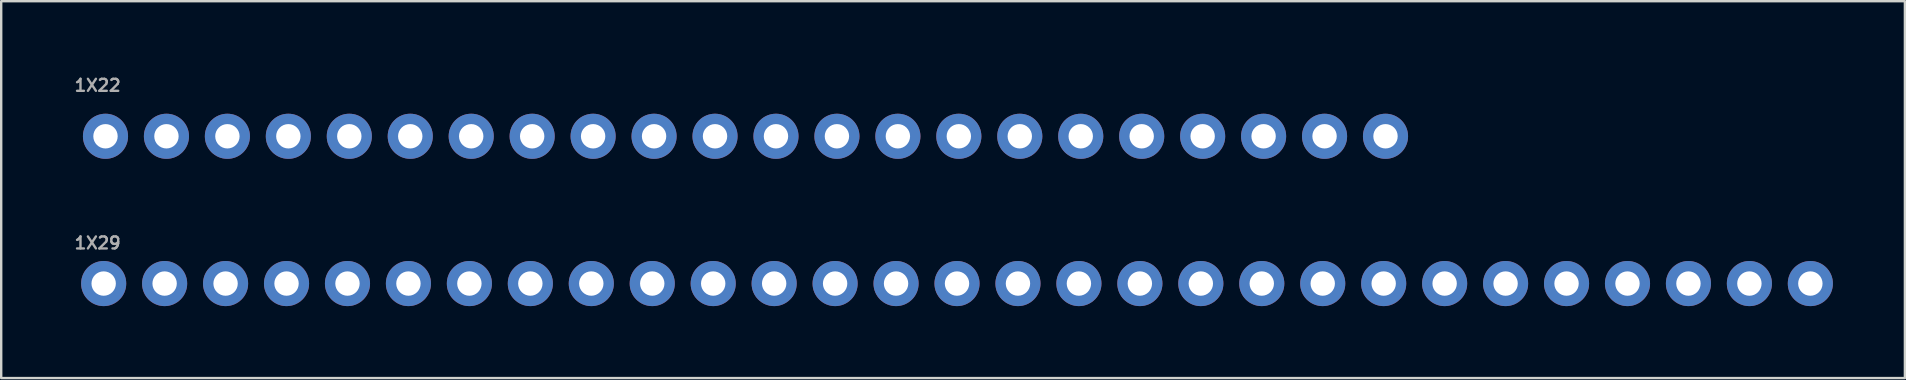
<source format=kicad_pcb>
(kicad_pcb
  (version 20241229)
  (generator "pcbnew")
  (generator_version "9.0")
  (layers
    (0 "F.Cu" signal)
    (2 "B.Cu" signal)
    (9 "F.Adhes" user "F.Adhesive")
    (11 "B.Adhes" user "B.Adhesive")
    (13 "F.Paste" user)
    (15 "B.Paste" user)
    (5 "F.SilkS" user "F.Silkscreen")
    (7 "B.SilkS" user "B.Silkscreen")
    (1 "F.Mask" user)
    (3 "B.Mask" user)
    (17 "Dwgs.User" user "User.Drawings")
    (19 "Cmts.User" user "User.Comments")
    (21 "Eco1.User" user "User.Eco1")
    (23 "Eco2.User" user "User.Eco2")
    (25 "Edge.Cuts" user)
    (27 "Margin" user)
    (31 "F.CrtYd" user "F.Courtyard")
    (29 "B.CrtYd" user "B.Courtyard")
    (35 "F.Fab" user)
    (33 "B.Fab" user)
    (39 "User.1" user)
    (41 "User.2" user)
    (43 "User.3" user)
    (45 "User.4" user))
  (footprint "1X22"
    (layer "F.Cu")
    (at 1.346 2.629)
    (property "Reference" "1X22" (at -1.346 -1.829 0) (layer "F.Fab") (effects (font (size 0.5 0.5) (thickness 0.1)) (justify left bottom)))
    (fp_poly (pts (xy -0.254 0.254) (xy 0.254 0.254) (xy 0.254 -0.254) (xy -0.254 -0.254)) (stroke (width 0.1) (type default)) (fill no) (layer "F.Fab"))
    (fp_poly (pts (xy 2.286 0.254) (xy 2.794 0.254) (xy 2.794 -0.254) (xy 2.286 -0.254)) (stroke (width 0.1) (type default)) (fill no) (layer "F.Fab"))
    (fp_poly (pts (xy 4.826 0.254) (xy 5.334 0.254) (xy 5.334 -0.254) (xy 4.826 -0.254)) (stroke (width 0.1) (type default)) (fill no) (layer "F.Fab"))
    (fp_poly (pts (xy 7.366 0.254) (xy 7.874 0.254) (xy 7.874 -0.254) (xy 7.366 -0.254)) (stroke (width 0.1) (type default)) (fill no) (layer "F.Fab"))
    (fp_poly (pts (xy 9.906 0.254) (xy 10.414 0.254) (xy 10.414 -0.254) (xy 9.906 -0.254)) (stroke (width 0.1) (type default)) (fill no) (layer "F.Fab"))
    (fp_poly (pts (xy 12.446 0.254) (xy 12.954 0.254) (xy 12.954 -0.254) (xy 12.446 -0.254)) (stroke (width 0.1) (type default)) (fill no) (layer "F.Fab"))
    (fp_poly (pts (xy 14.986 0.254) (xy 15.494 0.254) (xy 15.494 -0.254) (xy 14.986 -0.254)) (stroke (width 0.1) (type default)) (fill no) (layer "F.Fab"))
    (fp_poly (pts (xy 17.526 0.254) (xy 18.034 0.254) (xy 18.034 -0.254) (xy 17.526 -0.254)) (stroke (width 0.1) (type default)) (fill no) (layer "F.Fab"))
    (fp_poly (pts (xy 20.066 0.254) (xy 20.574 0.254) (xy 20.574 -0.254) (xy 20.066 -0.254)) (stroke (width 0.1) (type default)) (fill no) (layer "F.Fab"))
    (fp_poly (pts (xy 22.606 0.254) (xy 23.114 0.254) (xy 23.114 -0.254) (xy 22.606 -0.254)) (stroke (width 0.1) (type default)) (fill no) (layer "F.Fab"))
    (fp_poly (pts (xy 25.146 0.254) (xy 25.654 0.254) (xy 25.654 -0.254) (xy 25.146 -0.254)) (stroke (width 0.1) (type default)) (fill no) (layer "F.Fab"))
    (fp_poly (pts (xy 27.686 0.254) (xy 28.194 0.254) (xy 28.194 -0.254) (xy 27.686 -0.254)) (stroke (width 0.1) (type default)) (fill no) (layer "F.Fab"))
    (fp_poly (pts (xy 30.226 0.254) (xy 30.734 0.254) (xy 30.734 -0.254) (xy 30.226 -0.254)) (stroke (width 0.1) (type default)) (fill no) (layer "F.Fab"))
    (fp_poly (pts (xy 32.766 0.254) (xy 33.274 0.254) (xy 33.274 -0.254) (xy 32.766 -0.254)) (stroke (width 0.1) (type default)) (fill no) (layer "F.Fab"))
    (fp_poly (pts (xy 35.306 0.254) (xy 35.814 0.254) (xy 35.814 -0.254) (xy 35.306 -0.254)) (stroke (width 0.1) (type default)) (fill no) (layer "F.Fab"))
    (fp_poly (pts (xy 37.846 0.254) (xy 38.354 0.254) (xy 38.354 -0.254) (xy 37.846 -0.254)) (stroke (width 0.1) (type default)) (fill no) (layer "F.Fab"))
    (fp_poly (pts (xy 40.386 0.254) (xy 40.894 0.254) (xy 40.894 -0.254) (xy 40.386 -0.254)) (stroke (width 0.1) (type default)) (fill no) (layer "F.Fab"))
    (fp_poly (pts (xy 42.926 0.254) (xy 43.434 0.254) (xy 43.434 -0.254) (xy 42.926 -0.254)) (stroke (width 0.1) (type default)) (fill no) (layer "F.Fab"))
    (fp_poly (pts (xy 45.466 0.254) (xy 45.974 0.254) (xy 45.974 -0.254) (xy 45.466 -0.254)) (stroke (width 0.1) (type default)) (fill no) (layer "F.Fab"))
    (fp_poly (pts (xy 48.006 0.254) (xy 48.514 0.254) (xy 48.514 -0.254) (xy 48.006 -0.254)) (stroke (width 0.1) (type default)) (fill no) (layer "F.Fab"))
    (fp_poly (pts (xy 50.546 0.254) (xy 51.054 0.254) (xy 51.054 -0.254) (xy 50.546 -0.254)) (stroke (width 0.1) (type default)) (fill no) (layer "F.Fab"))
    (fp_poly (pts (xy 53.086 0.254) (xy 53.594 0.254) (xy 53.594 -0.254) (xy 53.086 -0.254)) (stroke (width 0.1) (type default)) (fill no) (layer "F.Fab"))
    (pad "1" thru_hole circle (at 0 0 90) (size 1.88 1.88) (drill 1.016) (layers "*.Cu" "*.Mask"))
    (pad "2" thru_hole circle (at 2.54 0 90) (size 1.88 1.88) (drill 1.016) (layers "*.Cu" "*.Mask"))
    (pad "3" thru_hole circle (at 5.08 0 90) (size 1.88 1.88) (drill 1.016) (layers "*.Cu" "*.Mask"))
    (pad "4" thru_hole circle (at 7.62 0 90) (size 1.88 1.88) (drill 1.016) (layers "*.Cu" "*.Mask"))
    (pad "5" thru_hole circle (at 10.16 0 90) (size 1.88 1.88) (drill 1.016) (layers "*.Cu" "*.Mask"))
    (pad "6" thru_hole circle (at 12.7 0 90) (size 1.88 1.88) (drill 1.016) (layers "*.Cu" "*.Mask"))
    (pad "7" thru_hole circle (at 15.24 0 90) (size 1.88 1.88) (drill 1.016) (layers "*.Cu" "*.Mask"))
    (pad "8" thru_hole circle (at 17.78 0 90) (size 1.88 1.88) (drill 1.016) (layers "*.Cu" "*.Mask"))
    (pad "9" thru_hole circle (at 20.32 0 90) (size 1.88 1.88) (drill 1.016) (layers "*.Cu" "*.Mask"))
    (pad "10" thru_hole circle (at 22.86 0 90) (size 1.88 1.88) (drill 1.016) (layers "*.Cu" "*.Mask"))
    (pad "11" thru_hole circle (at 25.4 0 90) (size 1.88 1.88) (drill 1.016) (layers "*.Cu" "*.Mask"))
    (pad "12" thru_hole circle (at 27.94 0 90) (size 1.88 1.88) (drill 1.016) (layers "*.Cu" "*.Mask"))
    (pad "13" thru_hole circle (at 30.48 0 90) (size 1.88 1.88) (drill 1.016) (layers "*.Cu" "*.Mask"))
    (pad "14" thru_hole circle (at 33.02 0 90) (size 1.88 1.88) (drill 1.016) (layers "*.Cu" "*.Mask"))
    (pad "15" thru_hole circle (at 35.56 0 90) (size 1.88 1.88) (drill 1.016) (layers "*.Cu" "*.Mask"))
    (pad "16" thru_hole circle (at 38.1 0 90) (size 1.88 1.88) (drill 1.016) (layers "*.Cu" "*.Mask"))
    (pad "17" thru_hole circle (at 40.64 0 90) (size 1.88 1.88) (drill 1.016) (layers "*.Cu" "*.Mask"))
    (pad "18" thru_hole circle (at 43.18 0 90) (size 1.88 1.88) (drill 1.016) (layers "*.Cu" "*.Mask"))
    (pad "19" thru_hole circle (at 45.72 0 90) (size 1.88 1.88) (drill 1.016) (layers "*.Cu" "*.Mask"))
    (pad "20" thru_hole circle (at 48.26 0 90) (size 1.88 1.88) (drill 1.016) (layers "*.Cu" "*.Mask"))
    (pad "21" thru_hole circle (at 50.8 0 90) (size 1.88 1.88) (drill 1.016) (layers "*.Cu" "*.Mask"))
    (pad "22" thru_hole circle (at 53.34 0 90) (size 1.88 1.88) (drill 1.016) (layers "*.Cu" "*.Mask")))
  (footprint "1X29"
    (layer "F.Cu")
    (at 1.27 8.766)
    (property "Reference" "1X29" (at -1.27 -1.397 0) (layer "F.Fab") (effects (font (size 0.5 0.5) (thickness 0.1)) (justify left bottom)))
    (fp_poly (pts (xy -0.254 0.254) (xy 0.254 0.254) (xy 0.254 -0.254) (xy -0.254 -0.254)) (stroke (width 0.1) (type default)) (fill no) (layer "F.Fab"))
    (fp_poly (pts (xy 2.286 0.254) (xy 2.794 0.254) (xy 2.794 -0.254) (xy 2.286 -0.254)) (stroke (width 0.1) (type default)) (fill no) (layer "F.Fab"))
    (fp_poly (pts (xy 4.826 0.254) (xy 5.334 0.254) (xy 5.334 -0.254) (xy 4.826 -0.254)) (stroke (width 0.1) (type default)) (fill no) (layer "F.Fab"))
    (fp_poly (pts (xy 7.366 0.254) (xy 7.874 0.254) (xy 7.874 -0.254) (xy 7.366 -0.254)) (stroke (width 0.1) (type default)) (fill no) (layer "F.Fab"))
    (fp_poly (pts (xy 9.906 0.254) (xy 10.414 0.254) (xy 10.414 -0.254) (xy 9.906 -0.254)) (stroke (width 0.1) (type default)) (fill no) (layer "F.Fab"))
    (fp_poly (pts (xy 12.446 0.254) (xy 12.954 0.254) (xy 12.954 -0.254) (xy 12.446 -0.254)) (stroke (width 0.1) (type default)) (fill no) (layer "F.Fab"))
    (fp_poly (pts (xy 14.986 0.254) (xy 15.494 0.254) (xy 15.494 -0.254) (xy 14.986 -0.254)) (stroke (width 0.1) (type default)) (fill no) (layer "F.Fab"))
    (fp_poly (pts (xy 17.526 0.254) (xy 18.034 0.254) (xy 18.034 -0.254) (xy 17.526 -0.254)) (stroke (width 0.1) (type default)) (fill no) (layer "F.Fab"))
    (fp_poly (pts (xy 20.066 0.254) (xy 20.574 0.254) (xy 20.574 -0.254) (xy 20.066 -0.254)) (stroke (width 0.1) (type default)) (fill no) (layer "F.Fab"))
    (fp_poly (pts (xy 22.606 0.254) (xy 23.114 0.254) (xy 23.114 -0.254) (xy 22.606 -0.254)) (stroke (width 0.1) (type default)) (fill no) (layer "F.Fab"))
    (fp_poly (pts (xy 25.146 0.254) (xy 25.654 0.254) (xy 25.654 -0.254) (xy 25.146 -0.254)) (stroke (width 0.1) (type default)) (fill no) (layer "F.Fab"))
    (fp_poly (pts (xy 27.686 0.254) (xy 28.194 0.254) (xy 28.194 -0.254) (xy 27.686 -0.254)) (stroke (width 0.1) (type default)) (fill no) (layer "F.Fab"))
    (fp_poly (pts (xy 30.226 0.254) (xy 30.734 0.254) (xy 30.734 -0.254) (xy 30.226 -0.254)) (stroke (width 0.1) (type default)) (fill no) (layer "F.Fab"))
    (fp_poly (pts (xy 32.766 0.254) (xy 33.274 0.254) (xy 33.274 -0.254) (xy 32.766 -0.254)) (stroke (width 0.1) (type default)) (fill no) (layer "F.Fab"))
    (fp_poly (pts (xy 35.306 0.254) (xy 35.814 0.254) (xy 35.814 -0.254) (xy 35.306 -0.254)) (stroke (width 0.1) (type default)) (fill no) (layer "F.Fab"))
    (fp_poly (pts (xy 37.846 0.254) (xy 38.354 0.254) (xy 38.354 -0.254) (xy 37.846 -0.254)) (stroke (width 0.1) (type default)) (fill no) (layer "F.Fab"))
    (fp_poly (pts (xy 40.386 0.254) (xy 40.894 0.254) (xy 40.894 -0.254) (xy 40.386 -0.254)) (stroke (width 0.1) (type default)) (fill no) (layer "F.Fab"))
    (fp_poly (pts (xy 42.926 0.254) (xy 43.434 0.254) (xy 43.434 -0.254) (xy 42.926 -0.254)) (stroke (width 0.1) (type default)) (fill no) (layer "F.Fab"))
    (fp_poly (pts (xy 45.466 0.254) (xy 45.974 0.254) (xy 45.974 -0.254) (xy 45.466 -0.254)) (stroke (width 0.1) (type default)) (fill no) (layer "F.Fab"))
    (fp_poly (pts (xy 48.006 0.254) (xy 48.514 0.254) (xy 48.514 -0.254) (xy 48.006 -0.254)) (stroke (width 0.1) (type default)) (fill no) (layer "F.Fab"))
    (fp_poly (pts (xy 50.546 0.254) (xy 51.054 0.254) (xy 51.054 -0.254) (xy 50.546 -0.254)) (stroke (width 0.1) (type default)) (fill no) (layer "F.Fab"))
    (fp_poly (pts (xy 53.086 0.254) (xy 53.594 0.254) (xy 53.594 -0.254) (xy 53.086 -0.254)) (stroke (width 0.1) (type default)) (fill no) (layer "F.Fab"))
    (fp_poly (pts (xy 55.626 0.254) (xy 56.134 0.254) (xy 56.134 -0.254) (xy 55.626 -0.254)) (stroke (width 0.1) (type default)) (fill no) (layer "F.Fab"))
    (fp_poly (pts (xy 58.166 0.254) (xy 58.674 0.254) (xy 58.674 -0.254) (xy 58.166 -0.254)) (stroke (width 0.1) (type default)) (fill no) (layer "F.Fab"))
    (fp_poly (pts (xy 60.706 0.254) (xy 61.214 0.254) (xy 61.214 -0.254) (xy 60.706 -0.254)) (stroke (width 0.1) (type default)) (fill no) (layer "F.Fab"))
    (fp_poly (pts (xy 63.246 0.254) (xy 63.754 0.254) (xy 63.754 -0.254) (xy 63.246 -0.254)) (stroke (width 0.1) (type default)) (fill no) (layer "F.Fab"))
    (fp_poly (pts (xy 65.786 0.254) (xy 66.294 0.254) (xy 66.294 -0.254) (xy 65.786 -0.254)) (stroke (width 0.1) (type default)) (fill no) (layer "F.Fab"))
    (fp_poly (pts (xy 68.326 0.254) (xy 68.834 0.254) (xy 68.834 -0.254) (xy 68.326 -0.254)) (stroke (width 0.1) (type default)) (fill no) (layer "F.Fab"))
    (fp_poly (pts (xy 70.866 0.254) (xy 71.374 0.254) (xy 71.374 -0.254) (xy 70.866 -0.254)) (stroke (width 0.1) (type default)) (fill no) (layer "F.Fab"))
    (pad "1" thru_hole circle (at 0 0 90) (size 1.88 1.88) (drill 1.016) (layers "*.Cu" "*.Mask"))
    (pad "2" thru_hole circle (at 2.54 0 90) (size 1.88 1.88) (drill 1.016) (layers "*.Cu" "*.Mask"))
    (pad "3" thru_hole circle (at 5.08 0 90) (size 1.88 1.88) (drill 1.016) (layers "*.Cu" "*.Mask"))
    (pad "4" thru_hole circle (at 7.62 0 90) (size 1.88 1.88) (drill 1.016) (layers "*.Cu" "*.Mask"))
    (pad "5" thru_hole circle (at 10.16 0 90) (size 1.88 1.88) (drill 1.016) (layers "*.Cu" "*.Mask"))
    (pad "6" thru_hole circle (at 12.7 0 90) (size 1.88 1.88) (drill 1.016) (layers "*.Cu" "*.Mask"))
    (pad "7" thru_hole circle (at 15.24 0 90) (size 1.88 1.88) (drill 1.016) (layers "*.Cu" "*.Mask"))
    (pad "8" thru_hole circle (at 17.78 0 90) (size 1.88 1.88) (drill 1.016) (layers "*.Cu" "*.Mask"))
    (pad "9" thru_hole circle (at 20.32 0 90) (size 1.88 1.88) (drill 1.016) (layers "*.Cu" "*.Mask"))
    (pad "10" thru_hole circle (at 22.86 0 90) (size 1.88 1.88) (drill 1.016) (layers "*.Cu" "*.Mask"))
    (pad "11" thru_hole circle (at 25.4 0 90) (size 1.88 1.88) (drill 1.016) (layers "*.Cu" "*.Mask"))
    (pad "12" thru_hole circle (at 27.94 0 90) (size 1.88 1.88) (drill 1.016) (layers "*.Cu" "*.Mask"))
    (pad "13" thru_hole circle (at 30.48 0 90) (size 1.88 1.88) (drill 1.016) (layers "*.Cu" "*.Mask"))
    (pad "14" thru_hole circle (at 33.02 0 90) (size 1.88 1.88) (drill 1.016) (layers "*.Cu" "*.Mask"))
    (pad "15" thru_hole circle (at 35.56 0 90) (size 1.88 1.88) (drill 1.016) (layers "*.Cu" "*.Mask"))
    (pad "16" thru_hole circle (at 38.1 0 90) (size 1.88 1.88) (drill 1.016) (layers "*.Cu" "*.Mask"))
    (pad "17" thru_hole circle (at 40.64 0 90) (size 1.88 1.88) (drill 1.016) (layers "*.Cu" "*.Mask"))
    (pad "18" thru_hole circle (at 43.18 0 90) (size 1.88 1.88) (drill 1.016) (layers "*.Cu" "*.Mask"))
    (pad "19" thru_hole circle (at 45.72 0 90) (size 1.88 1.88) (drill 1.016) (layers "*.Cu" "*.Mask"))
    (pad "20" thru_hole circle (at 48.26 0 90) (size 1.88 1.88) (drill 1.016) (layers "*.Cu" "*.Mask"))
    (pad "21" thru_hole circle (at 50.8 0 90) (size 1.88 1.88) (drill 1.016) (layers "*.Cu" "*.Mask"))
    (pad "22" thru_hole circle (at 53.34 0 90) (size 1.88 1.88) (drill 1.016) (layers "*.Cu" "*.Mask"))
    (pad "23" thru_hole circle (at 55.88 0 90) (size 1.88 1.88) (drill 1.016) (layers "*.Cu" "*.Mask"))
    (pad "24" thru_hole circle (at 58.42 0 90) (size 1.88 1.88) (drill 1.016) (layers "*.Cu" "*.Mask"))
    (pad "25" thru_hole circle (at 60.96 0 90) (size 1.88 1.88) (drill 1.016) (layers "*.Cu" "*.Mask"))
    (pad "26" thru_hole circle (at 63.5 0 90) (size 1.88 1.88) (drill 1.016) (layers "*.Cu" "*.Mask"))
    (pad "27" thru_hole circle (at 66.04 0 90) (size 1.88 1.88) (drill 1.016) (layers "*.Cu" "*.Mask"))
    (pad "28" thru_hole circle (at 68.58 0 90) (size 1.88 1.88) (drill 1.016) (layers "*.Cu" "*.Mask"))
    (pad "29" thru_hole circle (at 71.12 0 90) (size 1.88 1.88) (drill 1.016) (layers "*.Cu" "*.Mask")))
  (gr_rect
    (start -3 -3)
    (end 76.33 12.705)
    (stroke (width 0.1) (type default))
    (fill no)
    (layer "Edge.Cuts")))
</source>
